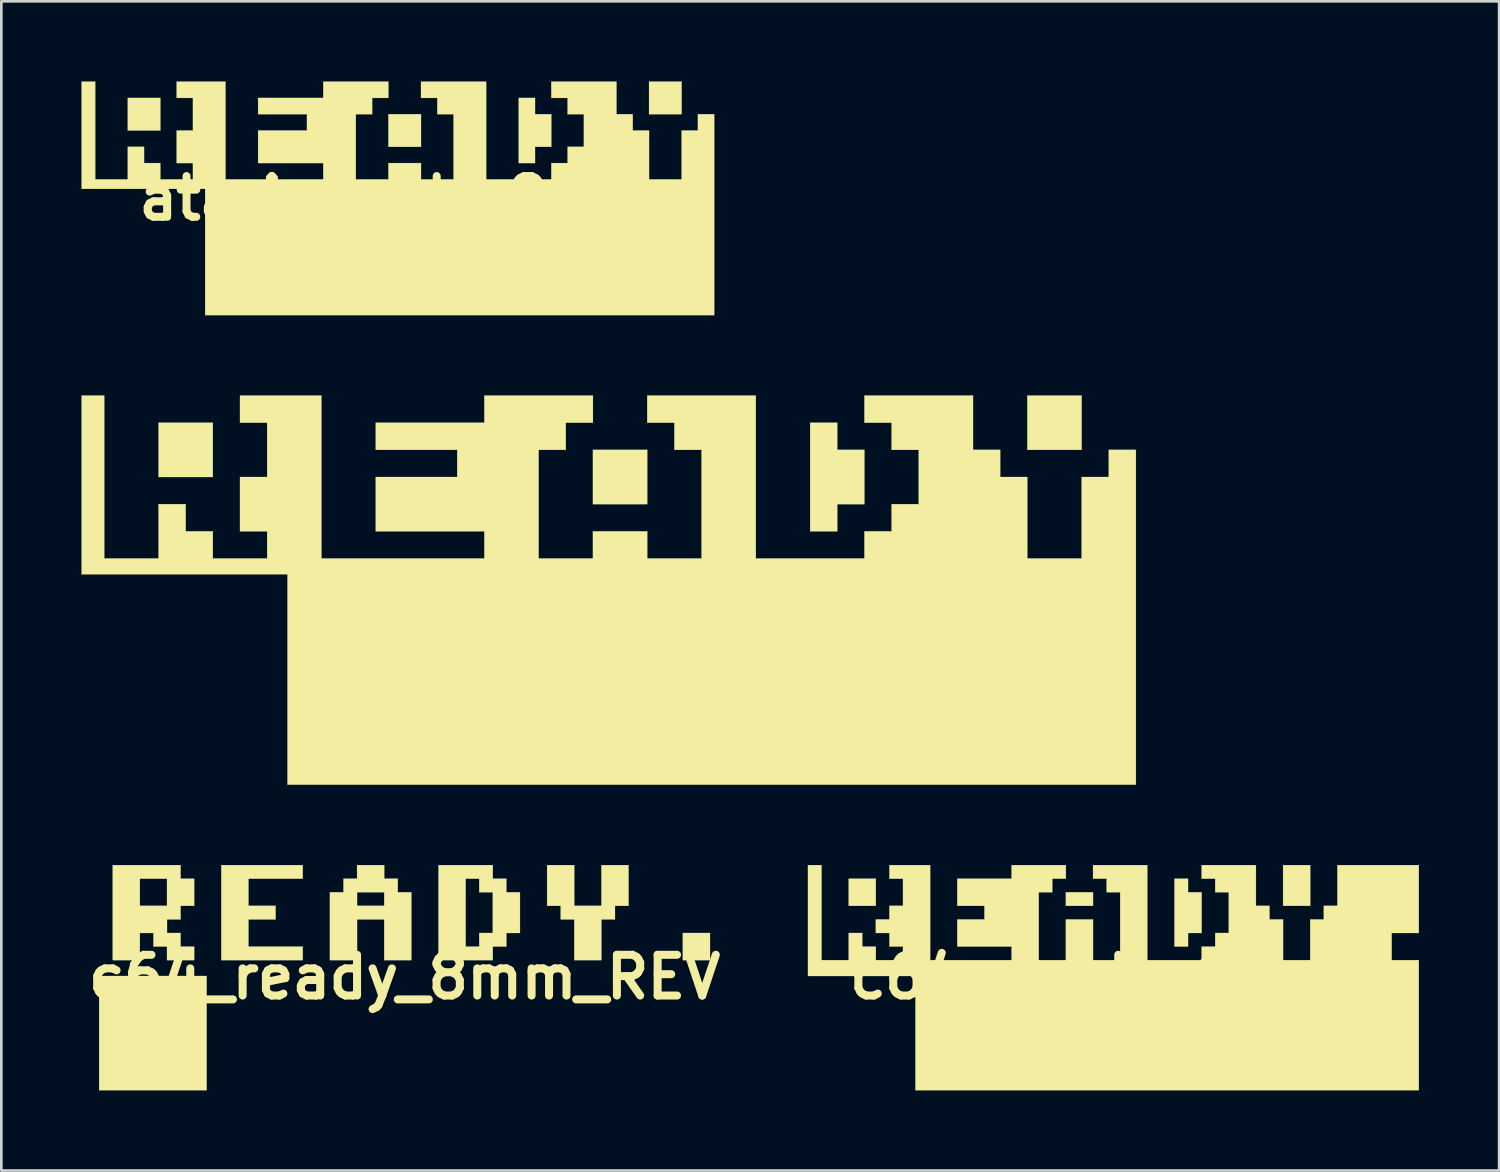
<source format=kicad_pcb>
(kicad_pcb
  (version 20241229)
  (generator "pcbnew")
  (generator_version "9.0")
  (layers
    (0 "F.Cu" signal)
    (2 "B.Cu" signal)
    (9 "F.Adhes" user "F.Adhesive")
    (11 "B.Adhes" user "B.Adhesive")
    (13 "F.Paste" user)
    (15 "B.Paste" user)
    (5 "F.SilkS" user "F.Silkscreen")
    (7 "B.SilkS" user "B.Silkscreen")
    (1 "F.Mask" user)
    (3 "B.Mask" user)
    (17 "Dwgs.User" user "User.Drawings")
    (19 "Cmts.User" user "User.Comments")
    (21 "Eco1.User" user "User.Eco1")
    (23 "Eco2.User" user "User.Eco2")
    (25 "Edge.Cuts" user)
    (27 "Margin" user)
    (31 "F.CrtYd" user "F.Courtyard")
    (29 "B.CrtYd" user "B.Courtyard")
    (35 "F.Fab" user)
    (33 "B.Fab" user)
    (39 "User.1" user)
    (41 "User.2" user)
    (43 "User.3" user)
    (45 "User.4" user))
  (footprint "atari_ready_14"
    (layer "F.Cu")
    (at 19.732 19.034)
    (property "Reference" "atari_ready_14" (at 0 0 0) (layer "F.SilkS") (effects (font (size 1.524 1.524) (thickness 0.3))))
    (attr through_hole)
    (fp_poly (pts (xy -14.817 -4.233) (xy -16.849 -4.233) (xy -16.849 -6.265) (xy -14.817 -6.265) (xy -14.817 -4.233)) (stroke (width 0.01) (type solid)) (fill yes) (layer "F.SilkS"))
    (fp_poly (pts (xy 1.439 -3.217) (xy -0.593 -3.217) (xy -0.593 -5.249) (xy 1.439 -5.249) (xy 1.439 -3.217)) (stroke (width 0.01) (type solid)) (fill yes) (layer "F.SilkS"))
    (fp_poly (pts (xy 17.695 -5.249) (xy 15.663 -5.249) (xy 15.663 -7.281) (xy 17.695 -7.281) (xy 17.695 -5.249)) (stroke (width 0.01) (type solid)) (fill yes) (layer "F.SilkS"))
    (fp_poly (pts (xy 8.551 -5.249) (xy 9.567 -5.249) (xy 9.567 -3.217) (xy 8.551 -3.217) (xy 8.551 -2.201) (xy 7.535 -2.201) (xy 7.535 -6.265) (xy 8.551 -6.265) (xy 8.551 -5.249)) (stroke (width 0.01) (type solid)) (fill yes) (layer "F.SilkS"))
    (fp_poly (pts (xy -18.881 -1.185) (xy -16.849 -1.185) (xy -16.849 -3.217) (xy -15.833 -3.217) (xy -15.833 -2.201) (xy -14.817 -2.201) (xy -14.817 -1.185) (xy -12.785 -1.185) (xy -12.785 -2.201) (xy -13.801 -2.201) (xy -13.801 -4.233) (xy -12.785 -4.233) (xy -12.785 -6.265) (xy -13.801 -6.265) (xy -13.801 -7.281) (xy -10.753 -7.281) (xy -10.753 -1.185) (xy -4.657 -1.185) (xy -4.657 -2.201) (xy -8.721 -2.201) (xy -8.721 -4.233) (xy -5.673 -4.233) (xy -5.673 -5.249) (xy -8.721 -5.249) (xy -8.721 -6.265) (xy -4.657 -6.265) (xy -4.657 -7.281) (xy -0.593 -7.281) (xy -0.593 -6.265) (xy -1.609 -6.265) (xy -1.609 -5.249) (xy -2.625 -5.249) (xy -2.625 -1.185) (xy -0.593 -1.185) (xy -0.593 -2.201) (xy 1.439 -2.201) (xy 1.439 -1.185) (xy 3.471 -1.185) (xy 3.471 -5.249) (xy 2.455 -5.249) (xy 2.455 -6.265) (xy 1.439 -6.265) (xy 1.439 -7.281) (xy 5.503 -7.281) (xy 5.503 -1.185) (xy 9.567 -1.185) (xy 9.567 -2.201) (xy 10.583 -2.201) (xy 10.583 -3.217) (xy 11.599 -3.217) (xy 11.599 -5.249) (xy 10.583 -5.249) (xy 10.583 -6.265) (xy 9.567 -6.265) (xy 9.567 -7.281) (xy 13.631 -7.281) (xy 13.631 -5.249) (xy 14.647 -5.249) (xy 14.647 -4.233) (xy 15.663 -4.233) (xy 15.663 -1.185) (xy 17.695 -1.185) (xy 17.695 -4.233) (xy 18.711 -4.233) (xy 18.711 -5.249) (xy 19.727 -5.249) (xy 19.727 7.281) (xy -12.023 7.281) (xy -12.023 -0.593) (xy -19.727 -0.593) (xy -19.727 -7.281) (xy -18.881 -7.281) (xy -18.881 -1.185)) (stroke (width 0.01) (type solid)) (fill yes) (layer "F.SilkS")))
  (footprint "c64_ready_16mm"
    (layer "F.Cu")
    (at 38.616 33.516)
    (property "Reference" "c64_ready_16mm" (at 0 0 0) (layer "F.SilkS") (effects (font (size 1.524 1.524) (thickness 0.3))))
    (attr through_hole)
    (fp_poly (pts (xy -8.89 -2.667) (xy -9.906 -2.667) (xy -9.906 -3.683) (xy -8.89 -3.683) (xy -8.89 -2.667)) (stroke (width 0.01) (type solid)) (fill yes) (layer "F.SilkS"))
    (fp_poly (pts (xy -0.762 -2.667) (xy -1.778 -2.667) (xy -1.778 -3.175) (xy -0.762 -3.175) (xy -0.762 -2.667)) (stroke (width 0.01) (type solid)) (fill yes) (layer "F.SilkS"))
    (fp_poly (pts (xy 7.366 -2.667) (xy 6.35 -2.667) (xy 6.35 -4.191) (xy 7.366 -4.191) (xy 7.366 -2.667)) (stroke (width 0.01) (type solid)) (fill yes) (layer "F.SilkS"))
    (fp_poly (pts (xy 2.794 -3.175) (xy 3.302 -3.175) (xy 3.302 -1.651) (xy 2.794 -1.651) (xy 2.794 -1.143) (xy 2.286 -1.143) (xy 2.286 -3.683) (xy 2.794 -3.683) (xy 2.794 -3.175)) (stroke (width 0.01) (type solid)) (fill yes) (layer "F.SilkS"))
    (fp_poly (pts (xy -10.922 -0.635) (xy -9.906 -0.635) (xy -9.906 -1.651) (xy -9.398 -1.651) (xy -9.398 -1.143) (xy -8.89 -1.143) (xy -8.89 -0.635) (xy -7.874 -0.635) (xy -7.874 -1.143) (xy -8.382 -1.143) (xy -8.382 -1.651) (xy -8.89 -1.651) (xy -8.89 -2.159) (xy -8.382 -2.159) (xy -8.382 -2.667) (xy -7.874 -2.667) (xy -7.874 -3.683) (xy -8.382 -3.683) (xy -8.382 -4.191) (xy -6.858 -4.191) (xy -6.858 -0.635) (xy -3.81 -0.635) (xy -3.81 -1.143) (xy -5.842 -1.143) (xy -5.842 -2.159) (xy -4.826 -2.159) (xy -4.826 -2.667) (xy -5.842 -2.667) (xy -5.842 -3.683) (xy -3.81 -3.683) (xy -3.81 -4.191) (xy -1.778 -4.191) (xy -1.778 -3.683) (xy -2.286 -3.683) (xy -2.286 -3.175) (xy -2.794 -3.175) (xy -2.794 -0.635) (xy -1.778 -0.635) (xy -1.778 -2.159) (xy -0.762 -2.159) (xy -0.762 -0.635) (xy 0.254 -0.635) (xy 0.254 -3.175) (xy -0.254 -3.175) (xy -0.254 -3.683) (xy -0.762 -3.683) (xy -0.762 -4.191) (xy 1.27 -4.191) (xy 1.27 -0.635) (xy 3.302 -0.635) (xy 3.302 -1.143) (xy 3.81 -1.143) (xy 3.81 -1.651) (xy 4.318 -1.651) (xy 4.318 -3.175) (xy 3.81 -3.175) (xy 3.81 -3.683) (xy 3.302 -3.683) (xy 3.302 -4.191) (xy 5.334 -4.191) (xy 5.334 -2.667) (xy 5.842 -2.667) (xy 5.842 -2.159) (xy 6.35 -2.159) (xy 6.35 -0.635) (xy 7.366 -0.635) (xy 7.366 -2.159) (xy 7.874 -2.159) (xy 7.874 -2.667) (xy 8.382 -2.667) (xy 8.382 -4.191) (xy 11.43 -4.191) (xy 11.43 -1.651) (xy 10.414 -1.651) (xy 10.414 -0.635) (xy 11.43 -0.635) (xy 11.43 4.233) (xy -7.408 4.233) (xy -7.408 -0.042) (xy -11.43 -0.042) (xy -11.43 -4.191) (xy -10.922 -4.191) (xy -10.922 -0.635)) (stroke (width 0.01) (type solid)) (fill yes) (layer "F.SilkS")))
  (footprint "atari_ready_8mm"
    (layer "F.Cu")
    (at 11.841 4.374)
    (property "Reference" "atari_ready_8mm" (at 0 0 0) (layer "F.SilkS") (effects (font (size 1.524 1.524) (thickness 0.3))))
    (attr through_hole)
    (fp_poly (pts (xy -8.89 -2.54) (xy -10.109 -2.54) (xy -10.109 -3.759) (xy -8.89 -3.759) (xy -8.89 -2.54)) (stroke (width 0.01) (type solid)) (fill yes) (layer "F.SilkS"))
    (fp_poly (pts (xy 0.864 -1.93) (xy -0.356 -1.93) (xy -0.356 -3.15) (xy 0.864 -3.15) (xy 0.864 -1.93)) (stroke (width 0.01) (type solid)) (fill yes) (layer "F.SilkS"))
    (fp_poly (pts (xy 10.617 -3.15) (xy 9.398 -3.15) (xy 9.398 -4.369) (xy 10.617 -4.369) (xy 10.617 -3.15)) (stroke (width 0.01) (type solid)) (fill yes) (layer "F.SilkS"))
    (fp_poly (pts (xy 5.131 -3.15) (xy 5.74 -3.15) (xy 5.74 -1.93) (xy 5.131 -1.93) (xy 5.131 -1.321) (xy 4.521 -1.321) (xy 4.521 -3.759) (xy 5.131 -3.759) (xy 5.131 -3.15)) (stroke (width 0.01) (type solid)) (fill yes) (layer "F.SilkS"))
    (fp_poly (pts (xy -11.328 -0.711) (xy -10.109 -0.711) (xy -10.109 -1.93) (xy -9.5 -1.93) (xy -9.5 -1.321) (xy -8.89 -1.321) (xy -8.89 -0.711) (xy -7.671 -0.711) (xy -7.671 -1.321) (xy -8.28 -1.321) (xy -8.28 -2.54) (xy -7.671 -2.54) (xy -7.671 -3.759) (xy -8.28 -3.759) (xy -8.28 -4.369) (xy -6.452 -4.369) (xy -6.452 -0.711) (xy -2.794 -0.711) (xy -2.794 -1.321) (xy -5.232 -1.321) (xy -5.232 -2.54) (xy -3.404 -2.54) (xy -3.404 -3.15) (xy -5.232 -3.15) (xy -5.232 -3.759) (xy -2.794 -3.759) (xy -2.794 -4.369) (xy -0.356 -4.369) (xy -0.356 -3.759) (xy -0.965 -3.759) (xy -0.965 -3.15) (xy -1.575 -3.15) (xy -1.575 -0.711) (xy -0.356 -0.711) (xy -0.356 -1.321) (xy 0.864 -1.321) (xy 0.864 -0.711) (xy 2.083 -0.711) (xy 2.083 -3.15) (xy 1.473 -3.15) (xy 1.473 -3.759) (xy 0.864 -3.759) (xy 0.864 -4.369) (xy 3.302 -4.369) (xy 3.302 -0.711) (xy 5.74 -0.711) (xy 5.74 -1.321) (xy 6.35 -1.321) (xy 6.35 -1.93) (xy 6.96 -1.93) (xy 6.96 -3.15) (xy 6.35 -3.15) (xy 6.35 -3.759) (xy 5.74 -3.759) (xy 5.74 -4.369) (xy 8.179 -4.369) (xy 8.179 -3.15) (xy 8.788 -3.15) (xy 8.788 -2.54) (xy 9.398 -2.54) (xy 9.398 -0.711) (xy 10.617 -0.711) (xy 10.617 -2.54) (xy 11.227 -2.54) (xy 11.227 -3.15) (xy 11.836 -3.15) (xy 11.836 4.369) (xy -7.214 4.369) (xy -7.214 -0.356) (xy -11.836 -0.356) (xy -11.836 -4.369) (xy -11.328 -4.369) (xy -11.328 -0.711)) (stroke (width 0.01) (type solid)) (fill yes) (layer "F.SilkS")))
  (footprint "c64_ready_8mm_REV"
    (layer "F.Cu")
    (at 12.09 33.516)
    (property "Reference" "c64_ready_8mm_REV" (at 0 0 0) (layer "F.SilkS") (effects (font (size 1.524 1.524) (thickness 0.3))))
    (attr through_hole)
    (fp_poly (pts (xy -7.408 4.233) (xy -11.43 4.233) (xy -11.43 -0.042) (xy -7.408 -0.042) (xy -7.408 4.233)) (stroke (width 0.01) (type solid)) (fill yes) (layer "F.SilkS"))
    (fp_poly (pts (xy 11.43 -0.635) (xy 10.414 -0.635) (xy 10.414 -1.651) (xy 11.43 -1.651) (xy 11.43 -0.635)) (stroke (width 0.01) (type solid)) (fill yes) (layer "F.SilkS"))
    (fp_poly (pts (xy -3.81 -3.683) (xy -5.842 -3.683) (xy -5.842 -2.667) (xy -4.826 -2.667) (xy -4.826 -2.159) (xy -5.842 -2.159) (xy -5.842 -1.143) (xy -3.81 -1.143) (xy -3.81 -0.635) (xy -6.858 -0.635) (xy -6.858 -4.191) (xy -3.81 -4.191) (xy -3.81 -3.683)) (stroke (width 0.01) (type solid)) (fill yes) (layer "F.SilkS"))
    (fp_poly (pts (xy 6.35 -2.667) (xy 7.366 -2.667) (xy 7.366 -4.191) (xy 8.382 -4.191) (xy 8.382 -2.667) (xy 7.874 -2.667) (xy 7.874 -2.159) (xy 7.366 -2.159) (xy 7.366 -0.635) (xy 6.35 -0.635) (xy 6.35 -2.159) (xy 5.842 -2.159) (xy 5.842 -2.667) (xy 5.334 -2.667) (xy 5.334 -4.191) (xy 6.35 -4.191) (xy 6.35 -2.667)) (stroke (width 0.01) (type solid)) (fill yes) (layer "F.SilkS"))
    (fp_poly (pts (xy -0.762 -3.683) (xy -0.254 -3.683) (xy -0.254 -3.175) (xy 0.254 -3.175) (xy 0.254 -0.635) (xy -0.762 -0.635) (xy -0.762 -2.159) (xy -1.778 -2.159) (xy -1.778 -0.635) (xy -2.794 -0.635) (xy -2.794 -3.175) (xy -2.286 -3.175) (xy -1.778 -3.175) (xy -1.778 -2.667) (xy -0.762 -2.667) (xy -0.762 -3.175) (xy -1.778 -3.175) (xy -2.286 -3.175) (xy -2.286 -3.683) (xy -1.778 -3.683) (xy -1.778 -4.191) (xy -0.762 -4.191) (xy -0.762 -3.683)) (stroke (width 0.01) (type solid)) (fill yes) (layer "F.SilkS"))
    (fp_poly (pts (xy 3.302 -3.683) (xy 3.81 -3.683) (xy 3.81 -3.175) (xy 4.318 -3.175) (xy 4.318 -1.651) (xy 3.81 -1.651) (xy 3.81 -1.143) (xy 3.302 -1.143) (xy 3.302 -0.635) (xy 1.27 -0.635) (xy 1.27 -3.683) (xy 2.286 -3.683) (xy 2.286 -1.143) (xy 2.794 -1.143) (xy 2.794 -1.651) (xy 3.302 -1.651) (xy 3.302 -3.175) (xy 2.794 -3.175) (xy 2.794 -3.683) (xy 2.286 -3.683) (xy 1.27 -3.683) (xy 1.27 -4.191) (xy 3.302 -4.191) (xy 3.302 -3.683)) (stroke (width 0.01) (type solid)) (fill yes) (layer "F.SilkS"))
    (fp_poly (pts (xy -8.382 -3.683) (xy -7.874 -3.683) (xy -7.874 -2.667) (xy -8.382 -2.667) (xy -8.382 -2.159) (xy -8.89 -2.159) (xy -8.89 -1.651) (xy -8.382 -1.651) (xy -8.382 -1.143) (xy -7.874 -1.143) (xy -7.874 -0.635) (xy -8.89 -0.635) (xy -8.89 -1.143) (xy -9.398 -1.143) (xy -9.398 -1.651) (xy -9.906 -1.651) (xy -9.906 -0.635) (xy -10.922 -0.635) (xy -10.922 -3.683) (xy -9.906 -3.683) (xy -9.906 -2.667) (xy -8.89 -2.667) (xy -8.89 -3.683) (xy -9.906 -3.683) (xy -10.922 -3.683) (xy -10.922 -4.191) (xy -8.382 -4.191) (xy -8.382 -3.683)) (stroke (width 0.01) (type solid)) (fill yes) (layer "F.SilkS")))
  (gr_rect
    (start -3 -3)
    (end 53.051 40.755)
    (stroke (width 0.1) (type default))
    (fill no)
    (layer "Edge.Cuts")))
</source>
